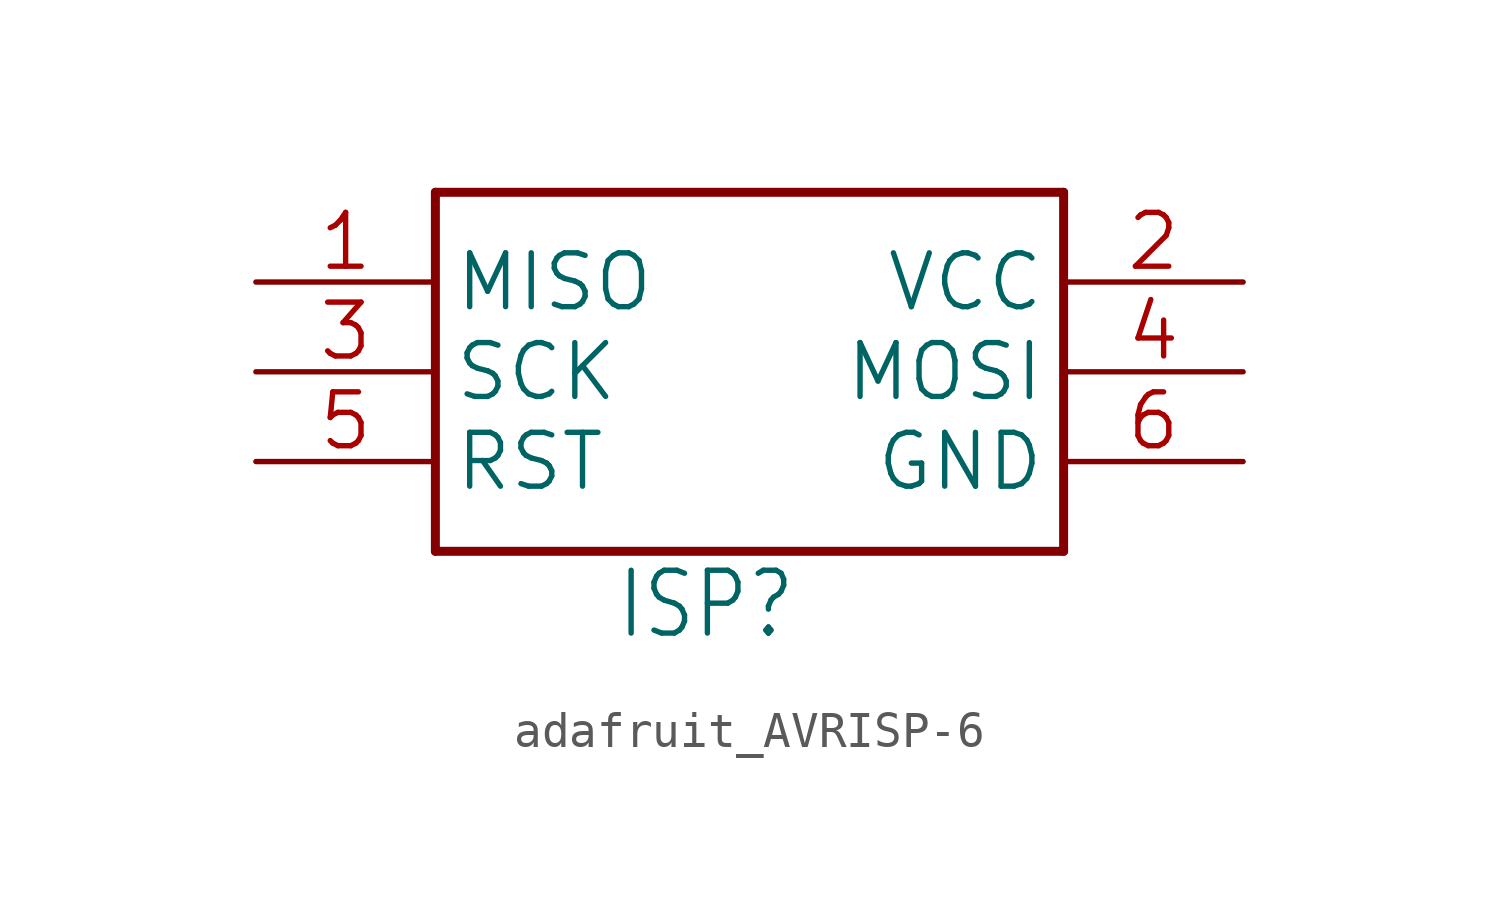
<source format=kicad_sym>
(kicad_symbol_lib
  (version 20241209)
  (generator "kicad_symbol_editor")
  (generator_version "9.0")
  (symbol "adafruit_AVRISP-6"
    (property "Reference" "ISP"
      (at -2.54 -7.62 0)
      (effects (font (size 1.778 1.511)) (justify left bottom)))
    (property "ki_locked" ""
      (at 0 0 0)
      (effects (font (size 1.27 1.27))))
    (symbol "adafruit_AVRISP-6_1_0"
      (polyline (pts (xy -7.62 5.08) (xy 10.16 5.08)) (stroke (width 0.254) (type solid)) (fill (type none)))
      (polyline (pts (xy -7.62 -5.08) (xy -7.62 5.08)) (stroke (width 0.254) (type solid)) (fill (type none)))
      (polyline (pts (xy 10.16 5.08) (xy 10.16 -5.08)) (stroke (width 0.254) (type solid)) (fill (type none)))
      (polyline (pts (xy 10.16 -5.08) (xy -7.62 -5.08)) (stroke (width 0.254) (type solid)) (fill (type none)))
      (pin input line (at -12.7 2.54 0) (length 5.08) (name "MISO" (effects (font (size 1.524 1.524)))) (number "1" (effects (font (size 1.524 1.524)))))
      (pin output line (at -12.7 0 0) (length 5.08) (name "SCK" (effects (font (size 1.524 1.524)))) (number "3" (effects (font (size 1.524 1.524)))))
      (pin output line (at -12.7 -2.54 0) (length 5.08) (name "RST" (effects (font (size 1.524 1.524)))) (number "5" (effects (font (size 1.524 1.524)))))
      (pin power_in line (at 15.24 2.54 180) (length 5.08) (name "VCC" (effects (font (size 1.524 1.524)))) (number "2" (effects (font (size 1.524 1.524)))))
      (pin output line (at 15.24 0 180) (length 5.08) (name "MOSI" (effects (font (size 1.524 1.524)))) (number "4" (effects (font (size 1.524 1.524)))))
      (pin power_in line (at 15.24 -2.54 180) (length 5.08) (name "GND" (effects (font (size 1.524 1.524)))) (number "6" (effects (font (size 1.524 1.524))))))))
</source>
